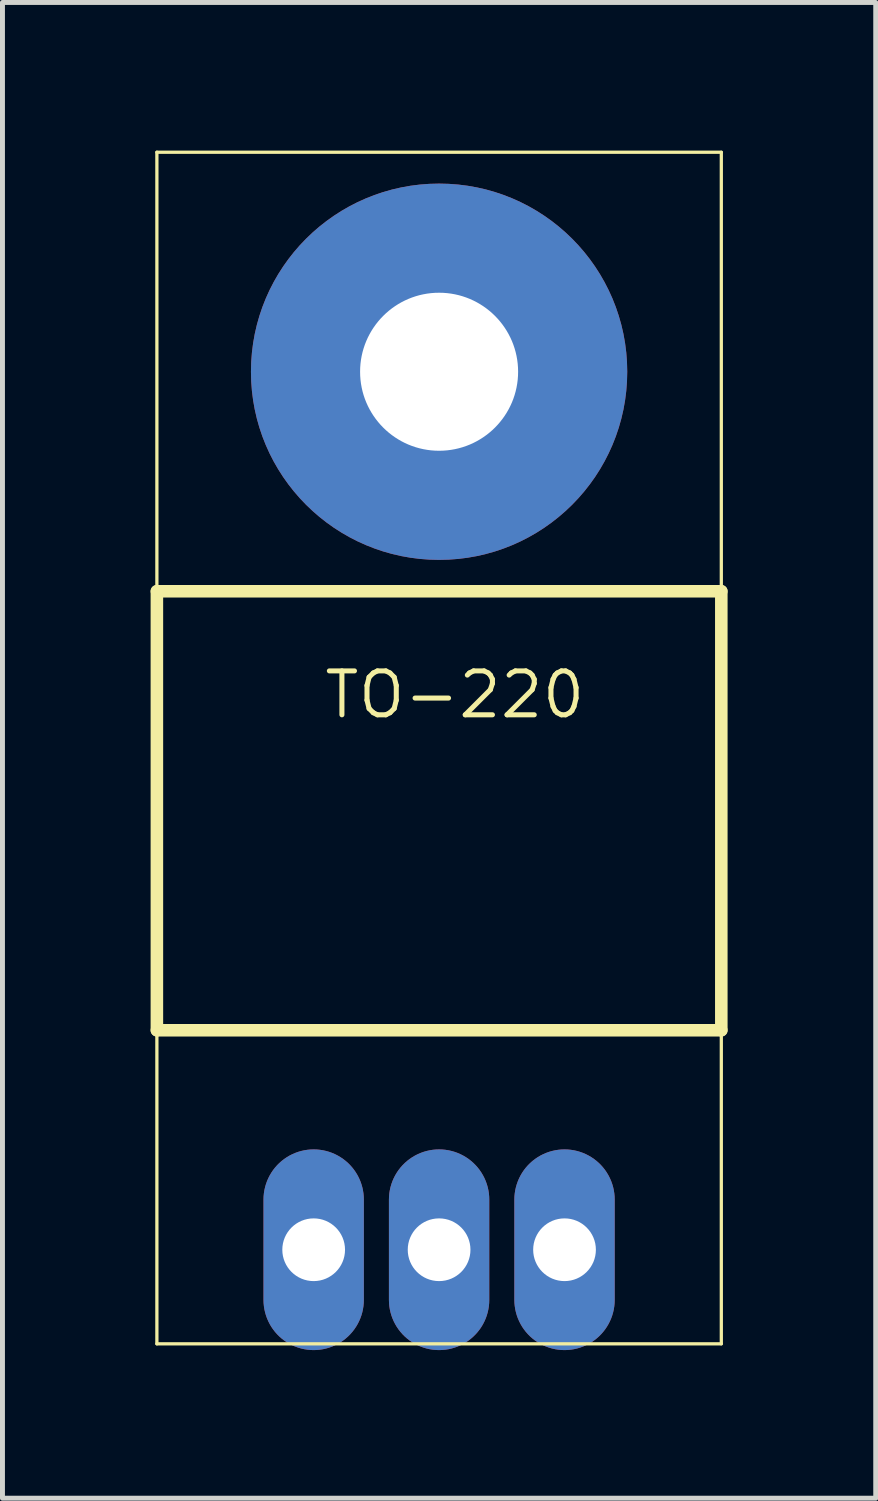
<source format=kicad_pcb>
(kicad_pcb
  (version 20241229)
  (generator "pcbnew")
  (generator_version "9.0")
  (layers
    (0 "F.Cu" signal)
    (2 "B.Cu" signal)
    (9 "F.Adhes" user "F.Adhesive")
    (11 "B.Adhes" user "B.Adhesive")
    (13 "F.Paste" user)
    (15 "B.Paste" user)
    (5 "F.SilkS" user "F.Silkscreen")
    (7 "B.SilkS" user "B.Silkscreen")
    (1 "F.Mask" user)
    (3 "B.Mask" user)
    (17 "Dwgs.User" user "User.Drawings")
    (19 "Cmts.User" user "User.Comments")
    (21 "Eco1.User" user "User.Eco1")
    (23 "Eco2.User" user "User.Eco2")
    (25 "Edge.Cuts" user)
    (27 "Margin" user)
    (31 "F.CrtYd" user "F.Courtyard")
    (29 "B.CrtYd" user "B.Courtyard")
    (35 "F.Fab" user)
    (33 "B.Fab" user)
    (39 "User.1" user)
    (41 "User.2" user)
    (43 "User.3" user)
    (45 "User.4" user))
  (footprint "TO-220"
    (layer "F.Cu")
    (at 5.842 10.828)
    (property "Reference" "TO-220" (at 0.318 0.191 0) (layer "F.SilkS") (effects (font (size 0.889 0.889) (thickness 0.102))))
    (attr exclude_from_pos_files exclude_from_bom)
    (fp_line (start -5.715 -10.795) (end 5.715 -10.795) (stroke (width 0.066) (type solid)) (layer "F.SilkS"))
    (fp_line (start -5.715 -1.905) (end 5.715 -1.905) (stroke (width 0.254) (type solid)) (layer "F.SilkS"))
    (fp_line (start -5.715 6.985) (end -5.715 -1.905) (stroke (width 0.254) (type solid)) (layer "F.SilkS"))
    (fp_line (start -5.715 13.335) (end -5.715 -10.795) (stroke (width 0.066) (type solid)) (layer "F.SilkS"))
    (fp_line (start -5.715 13.335) (end 5.715 13.335) (stroke (width 0.066) (type solid)) (layer "F.SilkS"))
    (fp_line (start 5.715 -1.905) (end 5.715 6.985) (stroke (width 0.254) (type solid)) (layer "F.SilkS"))
    (fp_line (start 5.715 6.985) (end -5.715 6.985) (stroke (width 0.254) (type solid)) (layer "F.SilkS"))
    (fp_line (start 5.715 13.335) (end 5.715 -10.795) (stroke (width 0.066) (type solid)) (layer "F.SilkS"))
    (pad "1" thru_hole oval (at -2.54 11.43 180) (size 2.032 4.064) (drill 1.27) (layers "*.Cu" "*.Paste" "*.Mask"))
    (pad "2" thru_hole oval (at 0 11.43 180) (size 2.032 4.064) (drill 1.27) (layers "*.Cu" "*.Paste" "*.Mask"))
    (pad "3" thru_hole oval (at 2.54 11.43 180) (size 2.032 4.064) (drill 1.27) (layers "*.Cu" "*.Paste" "*.Mask"))
    (pad "HEAT" thru_hole circle (at 0 -6.35 180) (size 7.62 7.62) (drill 3.2) (layers "*.Cu" "*.Paste" "*.Mask")))
  (gr_rect
    (start -3 -3)
    (end 14.684 27.29)
    (stroke (width 0.1) (type default))
    (fill no)
    (layer "Edge.Cuts")))
</source>
